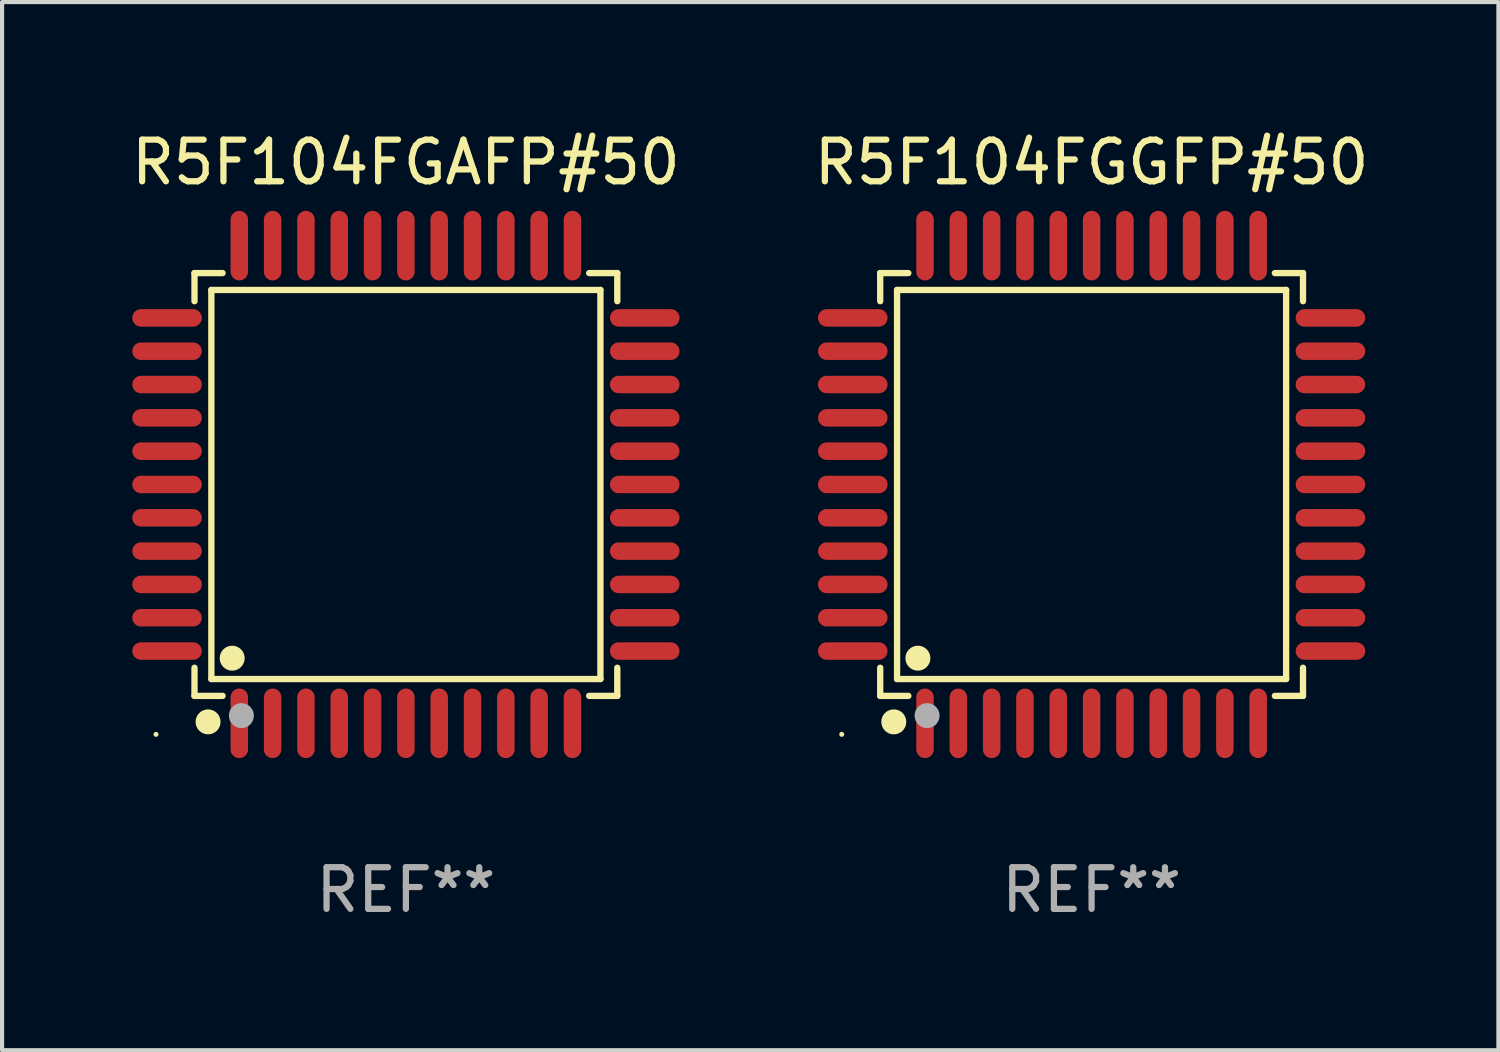
<source format=kicad_pcb>
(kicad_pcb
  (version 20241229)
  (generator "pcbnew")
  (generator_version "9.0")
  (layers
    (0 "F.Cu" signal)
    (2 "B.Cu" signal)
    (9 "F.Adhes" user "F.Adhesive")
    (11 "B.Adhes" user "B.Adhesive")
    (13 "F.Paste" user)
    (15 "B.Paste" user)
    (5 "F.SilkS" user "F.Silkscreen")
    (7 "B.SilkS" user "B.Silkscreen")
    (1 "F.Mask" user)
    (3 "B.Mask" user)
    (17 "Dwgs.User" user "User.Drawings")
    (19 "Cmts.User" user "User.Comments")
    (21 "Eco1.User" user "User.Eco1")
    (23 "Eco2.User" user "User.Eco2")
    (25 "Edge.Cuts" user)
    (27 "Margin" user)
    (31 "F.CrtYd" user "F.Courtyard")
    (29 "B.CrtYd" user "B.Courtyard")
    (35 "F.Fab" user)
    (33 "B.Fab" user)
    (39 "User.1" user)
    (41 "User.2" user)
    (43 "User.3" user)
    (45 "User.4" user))
  (footprint "R5F104FGAFP#50"
    (layer "F.Cu")
    (at 6.696 8.583)
    (property "Reference" "R5F104FGAFP#50" (at 0 -7.735 0) (layer "F.SilkS") (effects (font (size 1 1) (thickness 0.15))))
    (attr through_hole)
    (fp_line (start -5.076 -5.076) (end -4.401 -5.076) (stroke (width 0.152) (type solid)) (layer "F.SilkS"))
    (fp_line (start -5.076 -4.401) (end -5.076 -5.076) (stroke (width 0.152) (type solid)) (layer "F.SilkS"))
    (fp_line (start -5.076 4.401) (end -5.076 5.076) (stroke (width 0.152) (type solid)) (layer "F.SilkS"))
    (fp_line (start -5.076 5.076) (end -4.401 5.076) (stroke (width 0.152) (type solid)) (layer "F.SilkS"))
    (fp_line (start -4.671 -4.671) (end 4.671 -4.671) (stroke (width 0.152) (type solid)) (layer "F.SilkS"))
    (fp_line (start -4.671 4.671) (end -4.671 -4.671) (stroke (width 0.152) (type solid)) (layer "F.SilkS"))
    (fp_line (start 4.671 -4.671) (end 4.671 4.671) (stroke (width 0.152) (type solid)) (layer "F.SilkS"))
    (fp_line (start 4.671 4.671) (end -4.671 4.671) (stroke (width 0.152) (type solid)) (layer "F.SilkS"))
    (fp_line (start 5.076 -5.076) (end 4.401 -5.076) (stroke (width 0.152) (type solid)) (layer "F.SilkS"))
    (fp_line (start 5.076 -4.401) (end 5.076 -5.076) (stroke (width 0.152) (type solid)) (layer "F.SilkS"))
    (fp_line (start 5.076 4.401) (end 5.076 5.076) (stroke (width 0.152) (type solid)) (layer "F.SilkS"))
    (fp_line (start 5.076 5.076) (end 4.401 5.076) (stroke (width 0.152) (type solid)) (layer "F.SilkS"))
    (fp_circle (center -6 6) (end -5.97 6) (stroke (width 0.06) (type solid)) (fill no) (layer "F.SilkS"))
    (fp_circle (center -4.75 5.7) (end -4.6 5.7) (stroke (width 0.3) (type solid)) (fill no) (layer "F.SilkS"))
    (fp_circle (center -4.171 4.171) (end -4.021 4.171) (stroke (width 0.3) (type solid)) (fill no) (layer "F.SilkS"))
    (fp_circle (center -3.95 5.55) (end -3.8 5.55) (stroke (width 0.3) (type solid)) (fill no) (layer "F.Fab"))
    (fp_text user "REF**" (at 0 9.735 0) (layer "F.Fab") (effects (font (size 1 1) (thickness 0.15))))
    (pad "1" smd oval (at -4 5.735) (size 0.42 1.67) (layers "F.Cu" "F.Mask" "F.Paste"))
    (pad "2" smd oval (at -3.2 5.735) (size 0.42 1.67) (layers "F.Cu" "F.Mask" "F.Paste"))
    (pad "3" smd oval (at -2.4 5.735) (size 0.42 1.67) (layers "F.Cu" "F.Mask" "F.Paste"))
    (pad "4" smd oval (at -1.6 5.735) (size 0.42 1.67) (layers "F.Cu" "F.Mask" "F.Paste"))
    (pad "5" smd oval (at -0.8 5.735) (size 0.42 1.67) (layers "F.Cu" "F.Mask" "F.Paste"))
    (pad "6" smd oval (at 0 5.735) (size 0.42 1.67) (layers "F.Cu" "F.Mask" "F.Paste"))
    (pad "7" smd oval (at 0.8 5.735) (size 0.42 1.67) (layers "F.Cu" "F.Mask" "F.Paste"))
    (pad "8" smd oval (at 1.6 5.735) (size 0.42 1.67) (layers "F.Cu" "F.Mask" "F.Paste"))
    (pad "9" smd oval (at 2.4 5.735) (size 0.42 1.67) (layers "F.Cu" "F.Mask" "F.Paste"))
    (pad "10" smd oval (at 3.2 5.735) (size 0.42 1.67) (layers "F.Cu" "F.Mask" "F.Paste"))
    (pad "11" smd oval (at 4 5.735) (size 0.42 1.67) (layers "F.Cu" "F.Mask" "F.Paste"))
    (pad "12" smd oval (at 5.735 4) (size 1.67 0.42) (layers "F.Cu" "F.Mask" "F.Paste"))
    (pad "13" smd oval (at 5.735 3.2) (size 1.67 0.42) (layers "F.Cu" "F.Mask" "F.Paste"))
    (pad "14" smd oval (at 5.735 2.4) (size 1.67 0.42) (layers "F.Cu" "F.Mask" "F.Paste"))
    (pad "15" smd oval (at 5.735 1.6) (size 1.67 0.42) (layers "F.Cu" "F.Mask" "F.Paste"))
    (pad "16" smd oval (at 5.735 0.8) (size 1.67 0.42) (layers "F.Cu" "F.Mask" "F.Paste"))
    (pad "17" smd oval (at 5.735 0) (size 1.67 0.42) (layers "F.Cu" "F.Mask" "F.Paste"))
    (pad "18" smd oval (at 5.735 -0.8) (size 1.67 0.42) (layers "F.Cu" "F.Mask" "F.Paste"))
    (pad "19" smd oval (at 5.735 -1.6) (size 1.67 0.42) (layers "F.Cu" "F.Mask" "F.Paste"))
    (pad "20" smd oval (at 5.735 -2.4) (size 1.67 0.42) (layers "F.Cu" "F.Mask" "F.Paste"))
    (pad "21" smd oval (at 5.735 -3.2) (size 1.67 0.42) (layers "F.Cu" "F.Mask" "F.Paste"))
    (pad "22" smd oval (at 5.735 -4) (size 1.67 0.42) (layers "F.Cu" "F.Mask" "F.Paste"))
    (pad "23" smd oval (at 4 -5.735) (size 0.42 1.67) (layers "F.Cu" "F.Mask" "F.Paste"))
    (pad "24" smd oval (at 3.2 -5.735) (size 0.42 1.67) (layers "F.Cu" "F.Mask" "F.Paste"))
    (pad "25" smd oval (at 2.4 -5.735) (size 0.42 1.67) (layers "F.Cu" "F.Mask" "F.Paste"))
    (pad "26" smd oval (at 1.6 -5.735) (size 0.42 1.67) (layers "F.Cu" "F.Mask" "F.Paste"))
    (pad "27" smd oval (at 0.8 -5.735) (size 0.42 1.67) (layers "F.Cu" "F.Mask" "F.Paste"))
    (pad "28" smd oval (at 0 -5.735) (size 0.42 1.67) (layers "F.Cu" "F.Mask" "F.Paste"))
    (pad "29" smd oval (at -0.8 -5.735) (size 0.42 1.67) (layers "F.Cu" "F.Mask" "F.Paste"))
    (pad "30" smd oval (at -1.6 -5.735) (size 0.42 1.67) (layers "F.Cu" "F.Mask" "F.Paste"))
    (pad "31" smd oval (at -2.4 -5.735) (size 0.42 1.67) (layers "F.Cu" "F.Mask" "F.Paste"))
    (pad "32" smd oval (at -3.2 -5.735) (size 0.42 1.67) (layers "F.Cu" "F.Mask" "F.Paste"))
    (pad "33" smd oval (at -4 -5.735) (size 0.42 1.67) (layers "F.Cu" "F.Mask" "F.Paste"))
    (pad "34" smd oval (at -5.735 -4) (size 1.67 0.42) (layers "F.Cu" "F.Mask" "F.Paste"))
    (pad "35" smd oval (at -5.735 -3.2) (size 1.67 0.42) (layers "F.Cu" "F.Mask" "F.Paste"))
    (pad "36" smd oval (at -5.735 -2.4) (size 1.67 0.42) (layers "F.Cu" "F.Mask" "F.Paste"))
    (pad "37" smd oval (at -5.735 -1.6) (size 1.67 0.42) (layers "F.Cu" "F.Mask" "F.Paste"))
    (pad "38" smd oval (at -5.735 -0.8) (size 1.67 0.42) (layers "F.Cu" "F.Mask" "F.Paste"))
    (pad "39" smd oval (at -5.735 0) (size 1.67 0.42) (layers "F.Cu" "F.Mask" "F.Paste"))
    (pad "40" smd oval (at -5.735 0.8) (size 1.67 0.42) (layers "F.Cu" "F.Mask" "F.Paste"))
    (pad "41" smd oval (at -5.735 1.6) (size 1.67 0.42) (layers "F.Cu" "F.Mask" "F.Paste"))
    (pad "42" smd oval (at -5.735 2.4) (size 1.67 0.42) (layers "F.Cu" "F.Mask" "F.Paste"))
    (pad "43" smd oval (at -5.735 3.2) (size 1.67 0.42) (layers "F.Cu" "F.Mask" "F.Paste"))
    (pad "44" smd oval (at -5.735 4) (size 1.67 0.42) (layers "F.Cu" "F.Mask" "F.Paste")))
  (footprint "R5F104FGGFP#50"
    (layer "F.Cu")
    (at 23.161 8.583)
    (property "Reference" "R5F104FGGFP#50" (at 0 -7.735 0) (layer "F.SilkS") (effects (font (size 1 1) (thickness 0.15))))
    (attr through_hole)
    (fp_line (start -5.076 -5.076) (end -4.401 -5.076) (stroke (width 0.152) (type solid)) (layer "F.SilkS"))
    (fp_line (start -5.076 -4.401) (end -5.076 -5.076) (stroke (width 0.152) (type solid)) (layer "F.SilkS"))
    (fp_line (start -5.076 4.401) (end -5.076 5.076) (stroke (width 0.152) (type solid)) (layer "F.SilkS"))
    (fp_line (start -5.076 5.076) (end -4.401 5.076) (stroke (width 0.152) (type solid)) (layer "F.SilkS"))
    (fp_line (start -4.671 -4.671) (end 4.671 -4.671) (stroke (width 0.152) (type solid)) (layer "F.SilkS"))
    (fp_line (start -4.671 4.671) (end -4.671 -4.671) (stroke (width 0.152) (type solid)) (layer "F.SilkS"))
    (fp_line (start 4.671 -4.671) (end 4.671 4.671) (stroke (width 0.152) (type solid)) (layer "F.SilkS"))
    (fp_line (start 4.671 4.671) (end -4.671 4.671) (stroke (width 0.152) (type solid)) (layer "F.SilkS"))
    (fp_line (start 5.076 -5.076) (end 4.401 -5.076) (stroke (width 0.152) (type solid)) (layer "F.SilkS"))
    (fp_line (start 5.076 -4.401) (end 5.076 -5.076) (stroke (width 0.152) (type solid)) (layer "F.SilkS"))
    (fp_line (start 5.076 4.401) (end 5.076 5.076) (stroke (width 0.152) (type solid)) (layer "F.SilkS"))
    (fp_line (start 5.076 5.076) (end 4.401 5.076) (stroke (width 0.152) (type solid)) (layer "F.SilkS"))
    (fp_circle (center -6 6) (end -5.97 6) (stroke (width 0.06) (type solid)) (fill no) (layer "F.SilkS"))
    (fp_circle (center -4.75 5.7) (end -4.6 5.7) (stroke (width 0.3) (type solid)) (fill no) (layer "F.SilkS"))
    (fp_circle (center -4.171 4.171) (end -4.021 4.171) (stroke (width 0.3) (type solid)) (fill no) (layer "F.SilkS"))
    (fp_circle (center -3.95 5.55) (end -3.8 5.55) (stroke (width 0.3) (type solid)) (fill no) (layer "F.Fab"))
    (fp_text user "REF**" (at 0 9.735 0) (layer "F.Fab") (effects (font (size 1 1) (thickness 0.15))))
    (pad "1" smd oval (at -4 5.735) (size 0.42 1.67) (layers "F.Cu" "F.Mask" "F.Paste"))
    (pad "2" smd oval (at -3.2 5.735) (size 0.42 1.67) (layers "F.Cu" "F.Mask" "F.Paste"))
    (pad "3" smd oval (at -2.4 5.735) (size 0.42 1.67) (layers "F.Cu" "F.Mask" "F.Paste"))
    (pad "4" smd oval (at -1.6 5.735) (size 0.42 1.67) (layers "F.Cu" "F.Mask" "F.Paste"))
    (pad "5" smd oval (at -0.8 5.735) (size 0.42 1.67) (layers "F.Cu" "F.Mask" "F.Paste"))
    (pad "6" smd oval (at 0 5.735) (size 0.42 1.67) (layers "F.Cu" "F.Mask" "F.Paste"))
    (pad "7" smd oval (at 0.8 5.735) (size 0.42 1.67) (layers "F.Cu" "F.Mask" "F.Paste"))
    (pad "8" smd oval (at 1.6 5.735) (size 0.42 1.67) (layers "F.Cu" "F.Mask" "F.Paste"))
    (pad "9" smd oval (at 2.4 5.735) (size 0.42 1.67) (layers "F.Cu" "F.Mask" "F.Paste"))
    (pad "10" smd oval (at 3.2 5.735) (size 0.42 1.67) (layers "F.Cu" "F.Mask" "F.Paste"))
    (pad "11" smd oval (at 4 5.735) (size 0.42 1.67) (layers "F.Cu" "F.Mask" "F.Paste"))
    (pad "12" smd oval (at 5.735 4) (size 1.67 0.42) (layers "F.Cu" "F.Mask" "F.Paste"))
    (pad "13" smd oval (at 5.735 3.2) (size 1.67 0.42) (layers "F.Cu" "F.Mask" "F.Paste"))
    (pad "14" smd oval (at 5.735 2.4) (size 1.67 0.42) (layers "F.Cu" "F.Mask" "F.Paste"))
    (pad "15" smd oval (at 5.735 1.6) (size 1.67 0.42) (layers "F.Cu" "F.Mask" "F.Paste"))
    (pad "16" smd oval (at 5.735 0.8) (size 1.67 0.42) (layers "F.Cu" "F.Mask" "F.Paste"))
    (pad "17" smd oval (at 5.735 0) (size 1.67 0.42) (layers "F.Cu" "F.Mask" "F.Paste"))
    (pad "18" smd oval (at 5.735 -0.8) (size 1.67 0.42) (layers "F.Cu" "F.Mask" "F.Paste"))
    (pad "19" smd oval (at 5.735 -1.6) (size 1.67 0.42) (layers "F.Cu" "F.Mask" "F.Paste"))
    (pad "20" smd oval (at 5.735 -2.4) (size 1.67 0.42) (layers "F.Cu" "F.Mask" "F.Paste"))
    (pad "21" smd oval (at 5.735 -3.2) (size 1.67 0.42) (layers "F.Cu" "F.Mask" "F.Paste"))
    (pad "22" smd oval (at 5.735 -4) (size 1.67 0.42) (layers "F.Cu" "F.Mask" "F.Paste"))
    (pad "23" smd oval (at 4 -5.735) (size 0.42 1.67) (layers "F.Cu" "F.Mask" "F.Paste"))
    (pad "24" smd oval (at 3.2 -5.735) (size 0.42 1.67) (layers "F.Cu" "F.Mask" "F.Paste"))
    (pad "25" smd oval (at 2.4 -5.735) (size 0.42 1.67) (layers "F.Cu" "F.Mask" "F.Paste"))
    (pad "26" smd oval (at 1.6 -5.735) (size 0.42 1.67) (layers "F.Cu" "F.Mask" "F.Paste"))
    (pad "27" smd oval (at 0.8 -5.735) (size 0.42 1.67) (layers "F.Cu" "F.Mask" "F.Paste"))
    (pad "28" smd oval (at 0 -5.735) (size 0.42 1.67) (layers "F.Cu" "F.Mask" "F.Paste"))
    (pad "29" smd oval (at -0.8 -5.735) (size 0.42 1.67) (layers "F.Cu" "F.Mask" "F.Paste"))
    (pad "30" smd oval (at -1.6 -5.735) (size 0.42 1.67) (layers "F.Cu" "F.Mask" "F.Paste"))
    (pad "31" smd oval (at -2.4 -5.735) (size 0.42 1.67) (layers "F.Cu" "F.Mask" "F.Paste"))
    (pad "32" smd oval (at -3.2 -5.735) (size 0.42 1.67) (layers "F.Cu" "F.Mask" "F.Paste"))
    (pad "33" smd oval (at -4 -5.735) (size 0.42 1.67) (layers "F.Cu" "F.Mask" "F.Paste"))
    (pad "34" smd oval (at -5.735 -4) (size 1.67 0.42) (layers "F.Cu" "F.Mask" "F.Paste"))
    (pad "35" smd oval (at -5.735 -3.2) (size 1.67 0.42) (layers "F.Cu" "F.Mask" "F.Paste"))
    (pad "36" smd oval (at -5.735 -2.4) (size 1.67 0.42) (layers "F.Cu" "F.Mask" "F.Paste"))
    (pad "37" smd oval (at -5.735 -1.6) (size 1.67 0.42) (layers "F.Cu" "F.Mask" "F.Paste"))
    (pad "38" smd oval (at -5.735 -0.8) (size 1.67 0.42) (layers "F.Cu" "F.Mask" "F.Paste"))
    (pad "39" smd oval (at -5.735 0) (size 1.67 0.42) (layers "F.Cu" "F.Mask" "F.Paste"))
    (pad "40" smd oval (at -5.735 0.8) (size 1.67 0.42) (layers "F.Cu" "F.Mask" "F.Paste"))
    (pad "41" smd oval (at -5.735 1.6) (size 1.67 0.42) (layers "F.Cu" "F.Mask" "F.Paste"))
    (pad "42" smd oval (at -5.735 2.4) (size 1.67 0.42) (layers "F.Cu" "F.Mask" "F.Paste"))
    (pad "43" smd oval (at -5.735 3.2) (size 1.67 0.42) (layers "F.Cu" "F.Mask" "F.Paste"))
    (pad "44" smd oval (at -5.735 4) (size 1.67 0.42) (layers "F.Cu" "F.Mask" "F.Paste")))
  (gr_rect
    (start -3 -3)
    (end 32.929 22.167)
    (stroke (width 0.1) (type default))
    (fill no)
    (layer "Edge.Cuts")))
</source>
